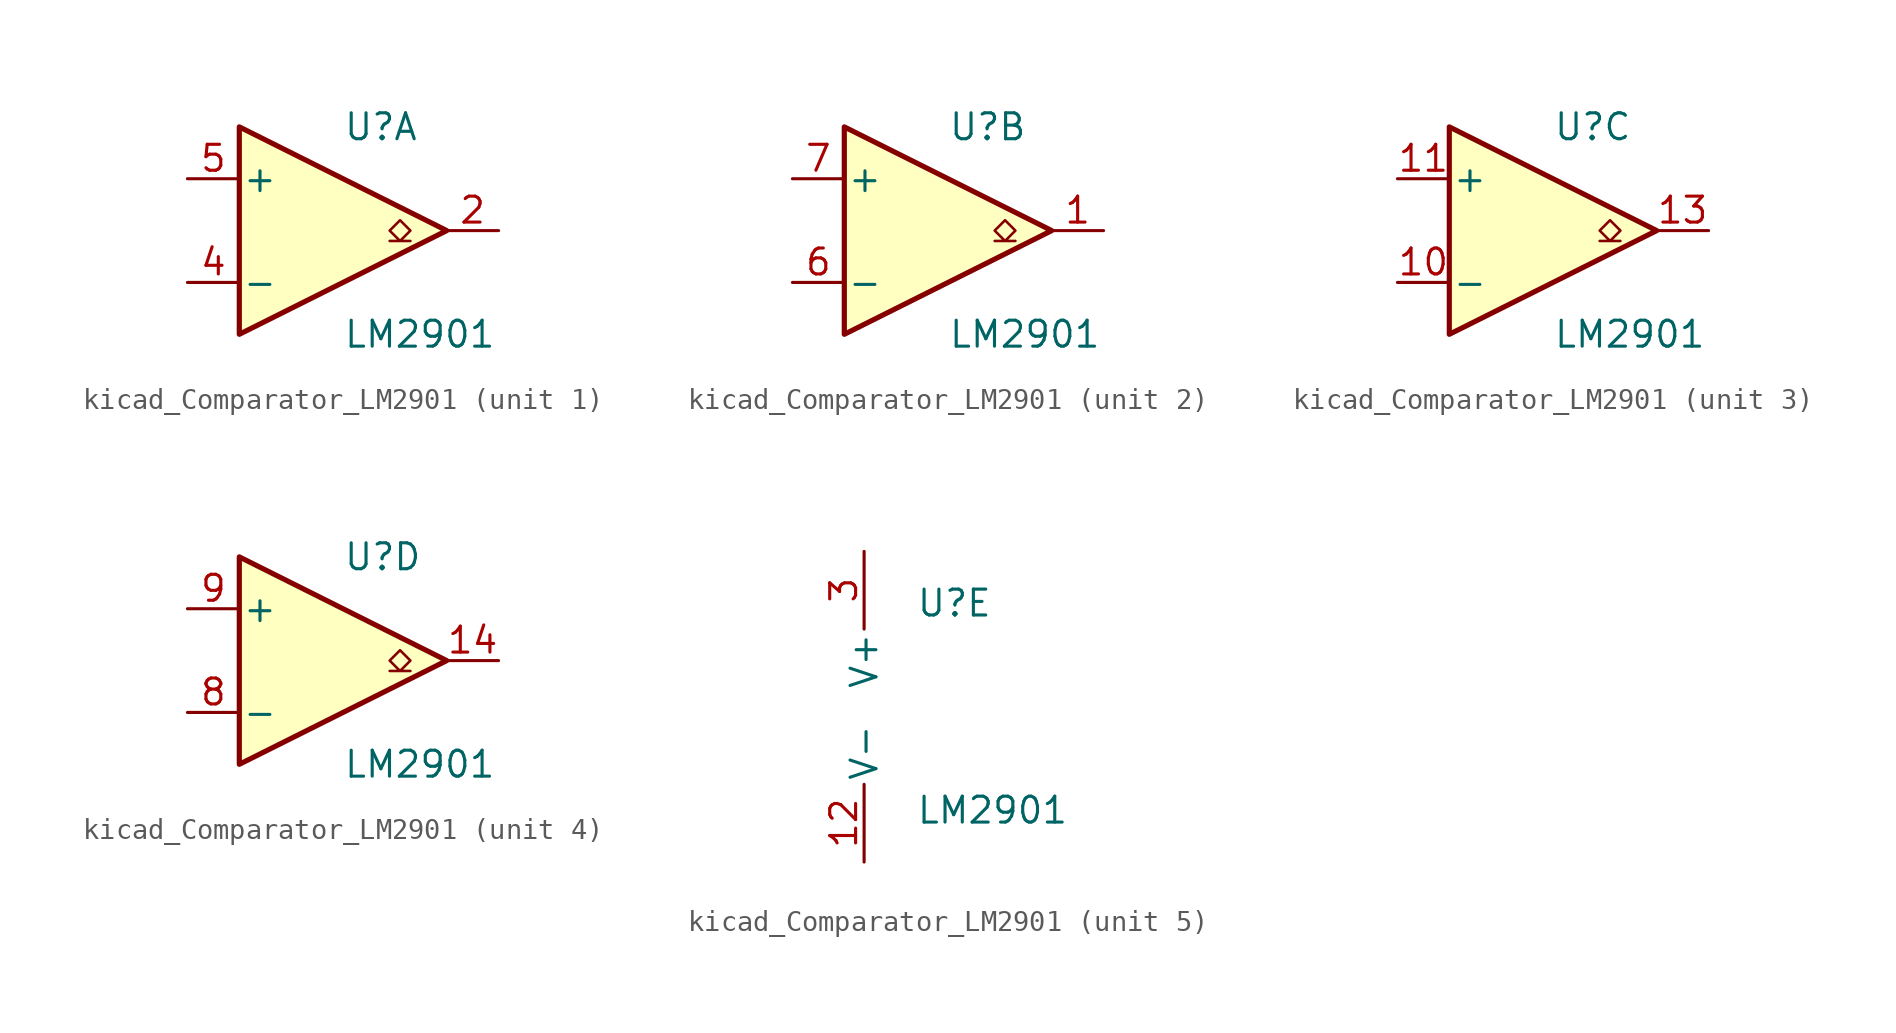
<source format=kicad_sym>
(kicad_symbol_lib
  (version 20220914)
  (generator kicad_symbol_editor)
  (symbol "kicad_Comparator_LM2901"
    (pin_names
      (offset 0.127))
    (property "Reference" "U"
      (at 0 5.08 0)
      (effects (font (size 1.27 1.27)) (justify left)))
    (property "Value" "LM2901"
      (at 0 -5.08 0)
      (effects (font (size 1.27 1.27)) (justify left)))
    (property "ki_locked" ""
      (at 0 0 0)
      (effects (font (size 1.27 1.27))))
    (symbol "kicad_Comparator_LM2901_1_1"
      (polyline (pts (xy -5.08 5.08) (xy 5.08 0) (xy -5.08 -5.08) (xy -5.08 5.08)) (stroke (width 0.254) (type default)) (fill (type background)))
      (polyline (pts (xy 3.302 -0.508) (xy 2.794 -0.508) (xy 3.302 0) (xy 2.794 0.508) (xy 2.286 0) (xy 2.794 -0.508) (xy 2.286 -0.508)) (stroke (width 0.127) (type default)) (fill (type none)))
      (pin open_collector line (at 7.62 0 180) (length 2.54) (name "~" (effects (font (size 1.27 1.27)))) (number "2" (effects (font (size 1.27 1.27)))))
      (pin input line (at -7.62 -2.54 0) (length 2.54) (name "-" (effects (font (size 1.27 1.27)))) (number "4" (effects (font (size 1.27 1.27)))))
      (pin input line (at -7.62 2.54 0) (length 2.54) (name "+" (effects (font (size 1.27 1.27)))) (number "5" (effects (font (size 1.27 1.27))))))
    (symbol "kicad_Comparator_LM2901_2_1"
      (polyline (pts (xy -5.08 5.08) (xy 5.08 0) (xy -5.08 -5.08) (xy -5.08 5.08)) (stroke (width 0.254) (type default)) (fill (type background)))
      (polyline (pts (xy 3.302 -0.508) (xy 2.794 -0.508) (xy 3.302 0) (xy 2.794 0.508) (xy 2.286 0) (xy 2.794 -0.508) (xy 2.286 -0.508)) (stroke (width 0.127) (type default)) (fill (type none)))
      (pin open_collector line (at 7.62 0 180) (length 2.54) (name "~" (effects (font (size 1.27 1.27)))) (number "1" (effects (font (size 1.27 1.27)))))
      (pin input line (at -7.62 -2.54 0) (length 2.54) (name "-" (effects (font (size 1.27 1.27)))) (number "6" (effects (font (size 1.27 1.27)))))
      (pin input line (at -7.62 2.54 0) (length 2.54) (name "+" (effects (font (size 1.27 1.27)))) (number "7" (effects (font (size 1.27 1.27))))))
    (symbol "kicad_Comparator_LM2901_3_1"
      (polyline (pts (xy -5.08 5.08) (xy 5.08 0) (xy -5.08 -5.08) (xy -5.08 5.08)) (stroke (width 0.254) (type default)) (fill (type background)))
      (polyline (pts (xy 3.302 -0.508) (xy 2.794 -0.508) (xy 3.302 0) (xy 2.794 0.508) (xy 2.286 0) (xy 2.794 -0.508) (xy 2.286 -0.508)) (stroke (width 0.127) (type default)) (fill (type none)))
      (pin input line (at -7.62 -2.54 0) (length 2.54) (name "-" (effects (font (size 1.27 1.27)))) (number "10" (effects (font (size 1.27 1.27)))))
      (pin input line (at -7.62 2.54 0) (length 2.54) (name "+" (effects (font (size 1.27 1.27)))) (number "11" (effects (font (size 1.27 1.27)))))
      (pin open_collector line (at 7.62 0 180) (length 2.54) (name "~" (effects (font (size 1.27 1.27)))) (number "13" (effects (font (size 1.27 1.27))))))
    (symbol "kicad_Comparator_LM2901_4_1"
      (polyline (pts (xy -5.08 5.08) (xy 5.08 0) (xy -5.08 -5.08) (xy -5.08 5.08)) (stroke (width 0.254) (type default)) (fill (type background)))
      (polyline (pts (xy 3.302 -0.508) (xy 2.794 -0.508) (xy 3.302 0) (xy 2.794 0.508) (xy 2.286 0) (xy 2.794 -0.508) (xy 2.286 -0.508)) (stroke (width 0.127) (type default)) (fill (type none)))
      (pin open_collector line (at 7.62 0 180) (length 2.54) (name "~" (effects (font (size 1.27 1.27)))) (number "14" (effects (font (size 1.27 1.27)))))
      (pin input line (at -7.62 -2.54 0) (length 2.54) (name "-" (effects (font (size 1.27 1.27)))) (number "8" (effects (font (size 1.27 1.27)))))
      (pin input line (at -7.62 2.54 0) (length 2.54) (name "+" (effects (font (size 1.27 1.27)))) (number "9" (effects (font (size 1.27 1.27))))))
    (symbol "kicad_Comparator_LM2901_5_1"
      (pin power_in line (at -2.54 -7.62 90) (length 3.81) (name "V-" (effects (font (size 1.27 1.27)))) (number "12" (effects (font (size 1.27 1.27)))))
      (pin power_in line (at -2.54 7.62 270) (length 3.81) (name "V+" (effects (font (size 1.27 1.27)))) (number "3" (effects (font (size 1.27 1.27))))))))
</source>
